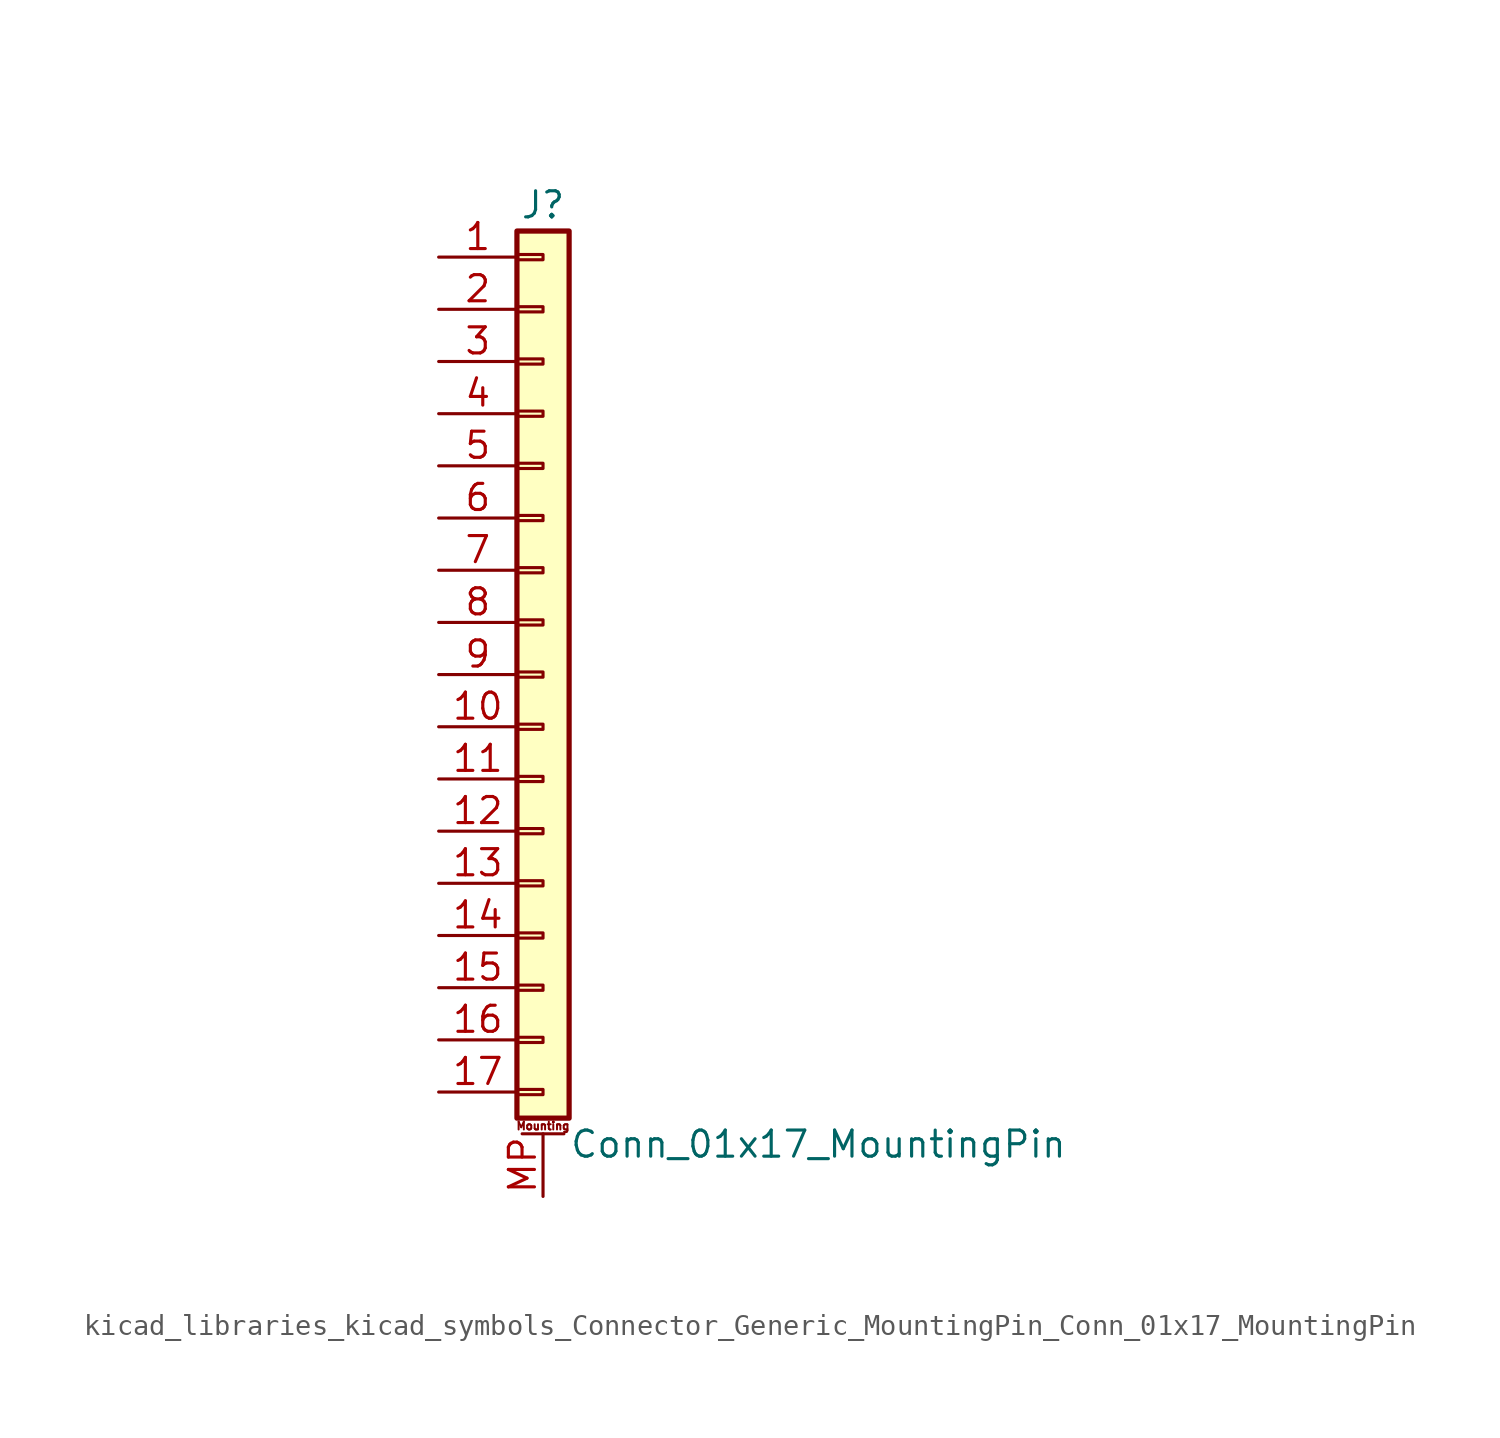
<source format=kicad_sym>
(kicad_symbol_lib
  (version 20220914)
  (generator kicad_symbol_editor)
  (symbol "kicad_libraries_kicad_symbols_Connector_Generic_MountingPin_Conn_01x17_MountingPin"
    (pin_names
      (offset 1.016) hide)
    (property "Reference" "J"
      (at 0 22.86 0)
      (effects (font (size 1.27 1.27))))
    (property "Value" "Conn_01x17_MountingPin"
      (at 1.27 -22.86 0)
      (effects (font (size 1.27 1.27)) (justify left)))
    (symbol "kicad_libraries_kicad_symbols_Connector_Generic_MountingPin_Conn_01x17_MountingPin_1_1"
      (rectangle (start -1.27 -20.193) (end 0 -20.447) (stroke (width 0.152) (type default)) (fill (type none)))
      (rectangle (start -1.27 -17.653) (end 0 -17.907) (stroke (width 0.152) (type default)) (fill (type none)))
      (rectangle (start -1.27 -15.113) (end 0 -15.367) (stroke (width 0.152) (type default)) (fill (type none)))
      (rectangle (start -1.27 -12.573) (end 0 -12.827) (stroke (width 0.152) (type default)) (fill (type none)))
      (rectangle (start -1.27 -10.033) (end 0 -10.287) (stroke (width 0.152) (type default)) (fill (type none)))
      (rectangle (start -1.27 -7.493) (end 0 -7.747) (stroke (width 0.152) (type default)) (fill (type none)))
      (rectangle (start -1.27 -4.953) (end 0 -5.207) (stroke (width 0.152) (type default)) (fill (type none)))
      (rectangle (start -1.27 -2.413) (end 0 -2.667) (stroke (width 0.152) (type default)) (fill (type none)))
      (rectangle (start -1.27 0.127) (end 0 -0.127) (stroke (width 0.152) (type default)) (fill (type none)))
      (rectangle (start -1.27 2.667) (end 0 2.413) (stroke (width 0.152) (type default)) (fill (type none)))
      (rectangle (start -1.27 5.207) (end 0 4.953) (stroke (width 0.152) (type default)) (fill (type none)))
      (rectangle (start -1.27 7.747) (end 0 7.493) (stroke (width 0.152) (type default)) (fill (type none)))
      (rectangle (start -1.27 10.287) (end 0 10.033) (stroke (width 0.152) (type default)) (fill (type none)))
      (rectangle (start -1.27 12.827) (end 0 12.573) (stroke (width 0.152) (type default)) (fill (type none)))
      (rectangle (start -1.27 15.367) (end 0 15.113) (stroke (width 0.152) (type default)) (fill (type none)))
      (rectangle (start -1.27 17.907) (end 0 17.653) (stroke (width 0.152) (type default)) (fill (type none)))
      (rectangle (start -1.27 20.447) (end 0 20.193) (stroke (width 0.152) (type default)) (fill (type none)))
      (rectangle (start -1.27 21.59) (end 1.27 -21.59) (stroke (width 0.254) (type default)) (fill (type background)))
      (polyline (pts (xy -1.016 -22.352) (xy 1.016 -22.352)) (stroke (width 0.152) (type default)) (fill (type none)))
      (text "Mounting" (at 0 -21.971 0) (effects (font (size 0.381 0.381))))
      (pin passive line (at -5.08 20.32 0) (length 3.81) (name "Pin_1" (effects (font (size 1.27 1.27)))) (number "1" (effects (font (size 1.27 1.27)))))
      (pin passive line (at -5.08 -2.54 0) (length 3.81) (name "Pin_10" (effects (font (size 1.27 1.27)))) (number "10" (effects (font (size 1.27 1.27)))))
      (pin passive line (at -5.08 -5.08 0) (length 3.81) (name "Pin_11" (effects (font (size 1.27 1.27)))) (number "11" (effects (font (size 1.27 1.27)))))
      (pin passive line (at -5.08 -7.62 0) (length 3.81) (name "Pin_12" (effects (font (size 1.27 1.27)))) (number "12" (effects (font (size 1.27 1.27)))))
      (pin passive line (at -5.08 -10.16 0) (length 3.81) (name "Pin_13" (effects (font (size 1.27 1.27)))) (number "13" (effects (font (size 1.27 1.27)))))
      (pin passive line (at -5.08 -12.7 0) (length 3.81) (name "Pin_14" (effects (font (size 1.27 1.27)))) (number "14" (effects (font (size 1.27 1.27)))))
      (pin passive line (at -5.08 -15.24 0) (length 3.81) (name "Pin_15" (effects (font (size 1.27 1.27)))) (number "15" (effects (font (size 1.27 1.27)))))
      (pin passive line (at -5.08 -17.78 0) (length 3.81) (name "Pin_16" (effects (font (size 1.27 1.27)))) (number "16" (effects (font (size 1.27 1.27)))))
      (pin passive line (at -5.08 -20.32 0) (length 3.81) (name "Pin_17" (effects (font (size 1.27 1.27)))) (number "17" (effects (font (size 1.27 1.27)))))
      (pin passive line (at -5.08 17.78 0) (length 3.81) (name "Pin_2" (effects (font (size 1.27 1.27)))) (number "2" (effects (font (size 1.27 1.27)))))
      (pin passive line (at -5.08 15.24 0) (length 3.81) (name "Pin_3" (effects (font (size 1.27 1.27)))) (number "3" (effects (font (size 1.27 1.27)))))
      (pin passive line (at -5.08 12.7 0) (length 3.81) (name "Pin_4" (effects (font (size 1.27 1.27)))) (number "4" (effects (font (size 1.27 1.27)))))
      (pin passive line (at -5.08 10.16 0) (length 3.81) (name "Pin_5" (effects (font (size 1.27 1.27)))) (number "5" (effects (font (size 1.27 1.27)))))
      (pin passive line (at -5.08 7.62 0) (length 3.81) (name "Pin_6" (effects (font (size 1.27 1.27)))) (number "6" (effects (font (size 1.27 1.27)))))
      (pin passive line (at -5.08 5.08 0) (length 3.81) (name "Pin_7" (effects (font (size 1.27 1.27)))) (number "7" (effects (font (size 1.27 1.27)))))
      (pin passive line (at -5.08 2.54 0) (length 3.81) (name "Pin_8" (effects (font (size 1.27 1.27)))) (number "8" (effects (font (size 1.27 1.27)))))
      (pin passive line (at -5.08 0 0) (length 3.81) (name "Pin_9" (effects (font (size 1.27 1.27)))) (number "9" (effects (font (size 1.27 1.27)))))
      (pin passive line (at 0 -25.4 90) (length 3.048) (name "MountPin" (effects (font (size 1.27 1.27)))) (number "MP" (effects (font (size 1.27 1.27))))))))
</source>
